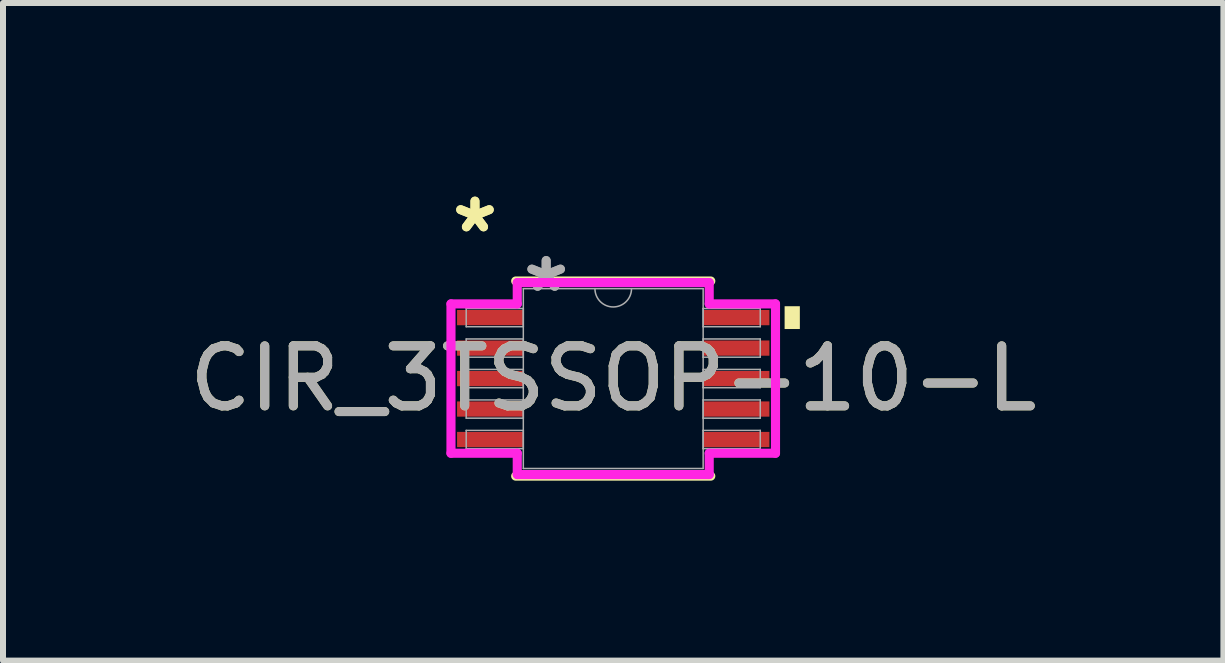
<source format=kicad_pcb>
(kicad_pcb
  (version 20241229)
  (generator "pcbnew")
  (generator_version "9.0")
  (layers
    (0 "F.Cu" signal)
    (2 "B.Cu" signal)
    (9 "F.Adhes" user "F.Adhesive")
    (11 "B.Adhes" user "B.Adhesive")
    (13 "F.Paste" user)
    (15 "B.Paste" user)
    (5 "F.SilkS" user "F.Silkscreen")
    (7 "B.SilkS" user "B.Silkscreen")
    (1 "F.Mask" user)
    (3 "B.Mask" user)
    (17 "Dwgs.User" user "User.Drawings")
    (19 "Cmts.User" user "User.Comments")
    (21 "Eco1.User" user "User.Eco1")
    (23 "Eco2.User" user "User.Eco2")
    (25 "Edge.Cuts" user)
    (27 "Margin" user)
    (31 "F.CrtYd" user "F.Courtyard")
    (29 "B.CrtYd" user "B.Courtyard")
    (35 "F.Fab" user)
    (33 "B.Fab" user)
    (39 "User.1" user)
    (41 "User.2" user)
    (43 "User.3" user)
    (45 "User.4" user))
  (footprint "CIR_3TSSOP-10-L"
    (layer "F.Cu")
    (at 7.173 3.261)
    (property "Reference" "CIR_3TSSOP-10-L" (at 0 0 0) (unlocked yes) (layer "F.SilkS") (effects (font (size 1 1) (thickness 0.15))))
    (attr smd)
    (fp_line (start -1.626 1.626) (end 1.626 1.626) (stroke (width 0.152) (type solid)) (layer "F.SilkS"))
    (fp_line (start 1.626 -1.626) (end -1.626 -1.626) (stroke (width 0.152) (type solid)) (layer "F.SilkS"))
    (fp_poly (pts (xy 3.111 -1.206) (xy 3.111 -0.826) (xy 2.857 -0.826) (xy 2.857 -1.206)) (stroke (width 0) (type solid)) (fill yes) (layer "F.SilkS"))
    (fp_line (start -2.705 -1.245) (end -1.6 -1.245) (stroke (width 0.152) (type solid)) (layer "F.CrtYd"))
    (fp_line (start -2.705 1.245) (end -2.705 -1.245) (stroke (width 0.152) (type solid)) (layer "F.CrtYd"))
    (fp_line (start -2.705 1.245) (end -1.6 1.245) (stroke (width 0.152) (type solid)) (layer "F.CrtYd"))
    (fp_line (start -1.6 -1.6) (end 1.6 -1.6) (stroke (width 0.152) (type solid)) (layer "F.CrtYd"))
    (fp_line (start -1.6 -1.245) (end -1.6 -1.6) (stroke (width 0.152) (type solid)) (layer "F.CrtYd"))
    (fp_line (start -1.6 1.6) (end -1.6 1.245) (stroke (width 0.152) (type solid)) (layer "F.CrtYd"))
    (fp_line (start 1.6 -1.6) (end 1.6 -1.245) (stroke (width 0.152) (type solid)) (layer "F.CrtYd"))
    (fp_line (start 1.6 1.245) (end 1.6 1.6) (stroke (width 0.152) (type solid)) (layer "F.CrtYd"))
    (fp_line (start 1.6 1.6) (end -1.6 1.6) (stroke (width 0.152) (type solid)) (layer "F.CrtYd"))
    (fp_line (start 2.705 -1.245) (end 1.6 -1.245) (stroke (width 0.152) (type solid)) (layer "F.CrtYd"))
    (fp_line (start 2.705 -1.245) (end 2.705 1.245) (stroke (width 0.152) (type solid)) (layer "F.CrtYd"))
    (fp_line (start 2.705 1.245) (end 1.6 1.245) (stroke (width 0.152) (type solid)) (layer "F.CrtYd"))
    (fp_line (start -2.451 -1.168) (end -2.451 -0.864) (stroke (width 0.025) (type solid)) (layer "F.Fab"))
    (fp_line (start -2.451 -0.864) (end -1.499 -0.864) (stroke (width 0.025) (type solid)) (layer "F.Fab"))
    (fp_line (start -2.451 -0.66) (end -2.451 -0.356) (stroke (width 0.025) (type solid)) (layer "F.Fab"))
    (fp_line (start -2.451 -0.356) (end -1.499 -0.356) (stroke (width 0.025) (type solid)) (layer "F.Fab"))
    (fp_line (start -2.451 -0.152) (end -2.451 0.152) (stroke (width 0.025) (type solid)) (layer "F.Fab"))
    (fp_line (start -2.451 0.152) (end -1.499 0.152) (stroke (width 0.025) (type solid)) (layer "F.Fab"))
    (fp_line (start -2.451 0.356) (end -2.451 0.66) (stroke (width 0.025) (type solid)) (layer "F.Fab"))
    (fp_line (start -2.451 0.66) (end -1.499 0.66) (stroke (width 0.025) (type solid)) (layer "F.Fab"))
    (fp_line (start -2.451 0.864) (end -2.451 1.168) (stroke (width 0.025) (type solid)) (layer "F.Fab"))
    (fp_line (start -2.451 1.168) (end -1.499 1.168) (stroke (width 0.025) (type solid)) (layer "F.Fab"))
    (fp_line (start -1.499 -1.499) (end -1.499 1.499) (stroke (width 0.025) (type solid)) (layer "F.Fab"))
    (fp_line (start -1.499 -1.168) (end -2.451 -1.168) (stroke (width 0.025) (type solid)) (layer "F.Fab"))
    (fp_line (start -1.499 -0.864) (end -1.499 -1.168) (stroke (width 0.025) (type solid)) (layer "F.Fab"))
    (fp_line (start -1.499 -0.66) (end -2.451 -0.66) (stroke (width 0.025) (type solid)) (layer "F.Fab"))
    (fp_line (start -1.499 -0.356) (end -1.499 -0.66) (stroke (width 0.025) (type solid)) (layer "F.Fab"))
    (fp_line (start -1.499 -0.152) (end -2.451 -0.152) (stroke (width 0.025) (type solid)) (layer "F.Fab"))
    (fp_line (start -1.499 0.152) (end -1.499 -0.152) (stroke (width 0.025) (type solid)) (layer "F.Fab"))
    (fp_line (start -1.499 0.356) (end -2.451 0.356) (stroke (width 0.025) (type solid)) (layer "F.Fab"))
    (fp_line (start -1.499 0.66) (end -1.499 0.356) (stroke (width 0.025) (type solid)) (layer "F.Fab"))
    (fp_line (start -1.499 0.864) (end -2.451 0.864) (stroke (width 0.025) (type solid)) (layer "F.Fab"))
    (fp_line (start -1.499 1.168) (end -1.499 0.864) (stroke (width 0.025) (type solid)) (layer "F.Fab"))
    (fp_line (start -1.499 1.499) (end 1.499 1.499) (stroke (width 0.025) (type solid)) (layer "F.Fab"))
    (fp_line (start 1.499 -1.499) (end -1.499 -1.499) (stroke (width 0.025) (type solid)) (layer "F.Fab"))
    (fp_line (start 1.499 -1.168) (end 1.499 -0.864) (stroke (width 0.025) (type solid)) (layer "F.Fab"))
    (fp_line (start 1.499 -0.864) (end 2.451 -0.864) (stroke (width 0.025) (type solid)) (layer "F.Fab"))
    (fp_line (start 1.499 -0.66) (end 1.499 -0.356) (stroke (width 0.025) (type solid)) (layer "F.Fab"))
    (fp_line (start 1.499 -0.356) (end 2.451 -0.356) (stroke (width 0.025) (type solid)) (layer "F.Fab"))
    (fp_line (start 1.499 -0.152) (end 1.499 0.152) (stroke (width 0.025) (type solid)) (layer "F.Fab"))
    (fp_line (start 1.499 0.152) (end 2.451 0.152) (stroke (width 0.025) (type solid)) (layer "F.Fab"))
    (fp_line (start 1.499 0.356) (end 1.499 0.66) (stroke (width 0.025) (type solid)) (layer "F.Fab"))
    (fp_line (start 1.499 0.66) (end 2.451 0.66) (stroke (width 0.025) (type solid)) (layer "F.Fab"))
    (fp_line (start 1.499 0.864) (end 1.499 1.168) (stroke (width 0.025) (type solid)) (layer "F.Fab"))
    (fp_line (start 1.499 1.168) (end 2.451 1.168) (stroke (width 0.025) (type solid)) (layer "F.Fab"))
    (fp_line (start 1.499 1.499) (end 1.499 -1.499) (stroke (width 0.025) (type solid)) (layer "F.Fab"))
    (fp_line (start 2.451 -1.168) (end 1.499 -1.168) (stroke (width 0.025) (type solid)) (layer "F.Fab"))
    (fp_line (start 2.451 -0.864) (end 2.451 -1.168) (stroke (width 0.025) (type solid)) (layer "F.Fab"))
    (fp_line (start 2.451 -0.66) (end 1.499 -0.66) (stroke (width 0.025) (type solid)) (layer "F.Fab"))
    (fp_line (start 2.451 -0.356) (end 2.451 -0.66) (stroke (width 0.025) (type solid)) (layer "F.Fab"))
    (fp_line (start 2.451 -0.152) (end 1.499 -0.152) (stroke (width 0.025) (type solid)) (layer "F.Fab"))
    (fp_line (start 2.451 0.152) (end 2.451 -0.152) (stroke (width 0.025) (type solid)) (layer "F.Fab"))
    (fp_line (start 2.451 0.356) (end 1.499 0.356) (stroke (width 0.025) (type solid)) (layer "F.Fab"))
    (fp_line (start 2.451 0.66) (end 2.451 0.356) (stroke (width 0.025) (type solid)) (layer "F.Fab"))
    (fp_line (start 2.451 0.864) (end 1.499 0.864) (stroke (width 0.025) (type solid)) (layer "F.Fab"))
    (fp_line (start 2.451 1.168) (end 2.451 0.864) (stroke (width 0.025) (type solid)) (layer "F.Fab"))
    (fp_arc (start 0.3048 -1.4986) (mid 0 -1.1938) (end -0.3048 -1.4986) (stroke (width 0.0254) (type solid)) (layer "F.Fab"))
    (fp_text user "*" (at -2.305 -2.413 0) (layer "F.SilkS") (effects (font (size 1 1) (thickness 0.15))))
    (fp_text user "*" (at -2.305 -2.413 0) (unlocked yes) (layer "F.SilkS") (effects (font (size 1 1) (thickness 0.15))))
    (fp_text user "*" (at -1.118 -1.422 0) (unlocked yes) (layer "F.Fab") (effects (font (size 1 1) (thickness 0.15))))
    (fp_text user "*" (at -1.118 -1.422 0) (layer "F.Fab") (effects (font (size 1 1) (thickness 0.15))))
    (fp_text user "${REFERENCE}" (at 0 0 0) (unlocked yes) (layer "F.Fab") (effects (font (size 1 1) (thickness 0.15))))
    (pad "1" smd rect (at -2.051 -1.016) (size 1.105 0.254) (layers "F.Cu" "F.Mask" "F.Paste"))
    (pad "2" smd rect (at -2.051 -0.508) (size 1.105 0.254) (layers "F.Cu" "F.Mask" "F.Paste"))
    (pad "3" smd rect (at -2.051 0) (size 1.105 0.254) (layers "F.Cu" "F.Mask" "F.Paste"))
    (pad "4" smd rect (at -2.051 0.508) (size 1.105 0.254) (layers "F.Cu" "F.Mask" "F.Paste"))
    (pad "5" smd rect (at -2.051 1.016) (size 1.105 0.254) (layers "F.Cu" "F.Mask" "F.Paste"))
    (pad "6" smd rect (at 2.051 1.016) (size 1.105 0.254) (layers "F.Cu" "F.Mask" "F.Paste"))
    (pad "7" smd rect (at 2.051 0.508) (size 1.105 0.254) (layers "F.Cu" "F.Mask" "F.Paste"))
    (pad "8" smd rect (at 2.051 0) (size 1.105 0.254) (layers "F.Cu" "F.Mask" "F.Paste"))
    (pad "9" smd rect (at 2.051 -0.508) (size 1.105 0.254) (layers "F.Cu" "F.Mask" "F.Paste"))
    (pad "10" smd rect (at 2.051 -1.016) (size 1.105 0.254) (layers "F.Cu" "F.Mask" "F.Paste")))
  (gr_rect
    (start -3 -3)
    (end 17.345 7.963)
    (stroke (width 0.1) (type default))
    (fill no)
    (layer "Edge.Cuts")))
</source>
